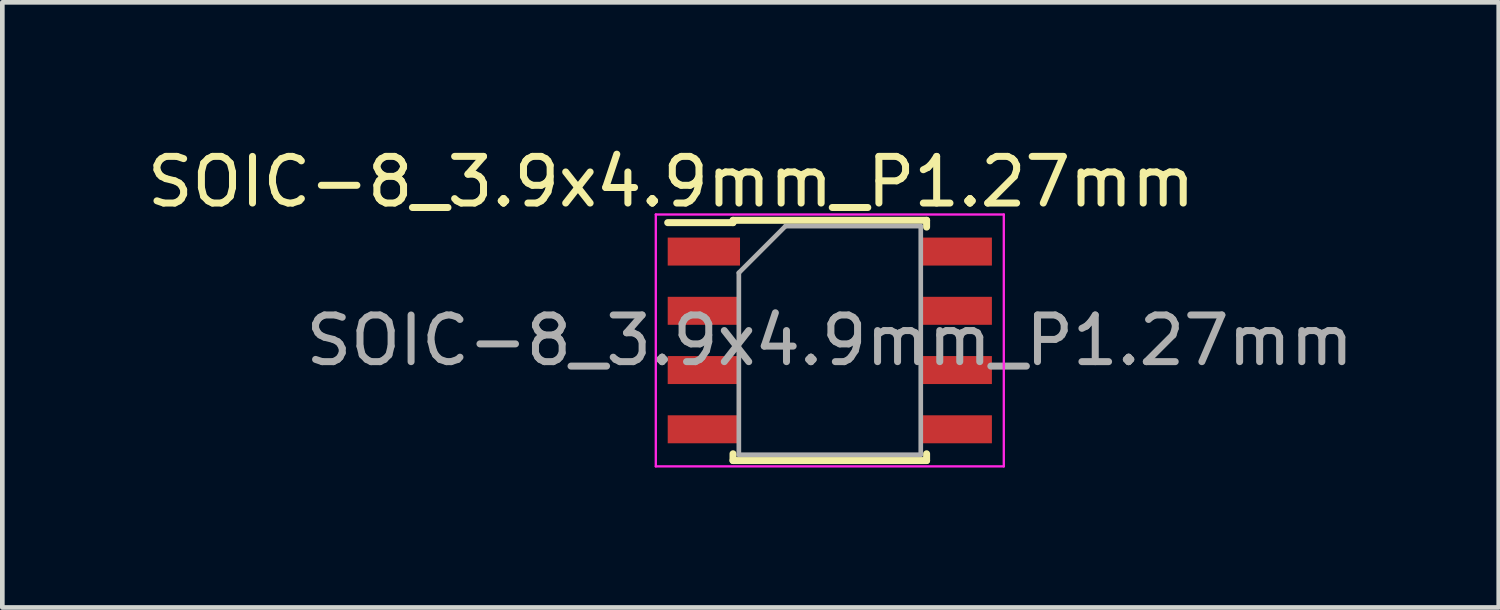
<source format=kicad_pcb>
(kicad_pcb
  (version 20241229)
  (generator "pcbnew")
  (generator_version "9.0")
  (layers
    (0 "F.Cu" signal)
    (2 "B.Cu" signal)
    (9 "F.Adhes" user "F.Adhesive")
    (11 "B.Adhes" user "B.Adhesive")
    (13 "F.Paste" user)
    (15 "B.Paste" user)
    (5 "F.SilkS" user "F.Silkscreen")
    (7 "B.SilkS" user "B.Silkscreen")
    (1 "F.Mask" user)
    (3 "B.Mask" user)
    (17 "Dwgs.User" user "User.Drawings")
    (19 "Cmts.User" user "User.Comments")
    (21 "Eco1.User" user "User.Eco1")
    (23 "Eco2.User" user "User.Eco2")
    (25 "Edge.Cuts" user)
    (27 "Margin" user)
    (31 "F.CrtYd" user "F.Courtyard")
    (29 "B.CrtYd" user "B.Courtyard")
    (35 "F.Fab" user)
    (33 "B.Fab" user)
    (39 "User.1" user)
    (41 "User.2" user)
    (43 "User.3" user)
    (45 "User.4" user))
  (footprint "SOIC-8_3.9x4.9mm_P1.27mm"
    (layer "F.Cu")
    (at 14.739 4.248)
    (property "Reference" "SOIC-8_3.9x4.9mm_P1.27mm" (at -3.4 -3.4 0) (layer "F.SilkS") (effects (font (size 1 1) (thickness 0.15))))
    (attr smd)
    (fp_line (start -2.075 -2.575) (end -2.075 -2.525) (stroke (width 0.15) (type solid)) (layer "F.SilkS"))
    (fp_line (start -2.075 -2.575) (end 2.075 -2.575) (stroke (width 0.15) (type solid)) (layer "F.SilkS"))
    (fp_line (start -2.075 -2.525) (end -3.475 -2.525) (stroke (width 0.15) (type solid)) (layer "F.SilkS"))
    (fp_line (start -2.075 2.575) (end -2.075 2.43) (stroke (width 0.15) (type solid)) (layer "F.SilkS"))
    (fp_line (start -2.075 2.575) (end 2.075 2.575) (stroke (width 0.15) (type solid)) (layer "F.SilkS"))
    (fp_line (start 2.075 -2.575) (end 2.075 -2.43) (stroke (width 0.15) (type solid)) (layer "F.SilkS"))
    (fp_line (start 2.075 2.575) (end 2.075 2.43) (stroke (width 0.15) (type solid)) (layer "F.SilkS"))
    (fp_line (start -3.73 -2.7) (end -3.73 2.7) (stroke (width 0.05) (type solid)) (layer "F.CrtYd"))
    (fp_line (start -3.73 -2.7) (end 3.73 -2.7) (stroke (width 0.05) (type solid)) (layer "F.CrtYd"))
    (fp_line (start -3.73 2.7) (end 3.73 2.7) (stroke (width 0.05) (type solid)) (layer "F.CrtYd"))
    (fp_line (start 3.73 -2.7) (end 3.73 2.7) (stroke (width 0.05) (type solid)) (layer "F.CrtYd"))
    (fp_line (start -1.95 -1.45) (end -0.95 -2.45) (stroke (width 0.1) (type solid)) (layer "F.Fab"))
    (fp_line (start -1.95 2.45) (end -1.95 -1.45) (stroke (width 0.1) (type solid)) (layer "F.Fab"))
    (fp_line (start -0.95 -2.45) (end 1.95 -2.45) (stroke (width 0.1) (type solid)) (layer "F.Fab"))
    (fp_line (start 1.95 -2.45) (end 1.95 2.45) (stroke (width 0.1) (type solid)) (layer "F.Fab"))
    (fp_line (start 1.95 2.45) (end -1.95 2.45) (stroke (width 0.1) (type solid)) (layer "F.Fab"))
    (fp_text user "${REFERENCE}" (at 0 0 0) (layer "F.Fab") (effects (font (size 1 1) (thickness 0.15))))
    (pad "1" smd rect (at -2.7 -1.905) (size 1.55 0.6) (layers "F.Cu" "F.Mask" "F.Paste"))
    (pad "2" smd rect (at -2.7 -0.635) (size 1.55 0.6) (layers "F.Cu" "F.Mask" "F.Paste"))
    (pad "3" smd rect (at -2.7 0.635) (size 1.55 0.6) (layers "F.Cu" "F.Mask" "F.Paste"))
    (pad "4" smd rect (at -2.7 1.905) (size 1.55 0.6) (layers "F.Cu" "F.Mask" "F.Paste"))
    (pad "5" smd rect (at 2.7 1.905) (size 1.55 0.6) (layers "F.Cu" "F.Mask" "F.Paste"))
    (pad "6" smd rect (at 2.7 0.635) (size 1.55 0.6) (layers "F.Cu" "F.Mask" "F.Paste"))
    (pad "7" smd rect (at 2.7 -0.635) (size 1.55 0.6) (layers "F.Cu" "F.Mask" "F.Paste"))
    (pad "8" smd rect (at 2.7 -1.905) (size 1.55 0.6) (layers "F.Cu" "F.Mask" "F.Paste")))
  (gr_rect
    (start -3 -3)
    (end 29.079 9.973)
    (stroke (width 0.1) (type default))
    (fill no)
    (layer "Edge.Cuts")))
</source>
